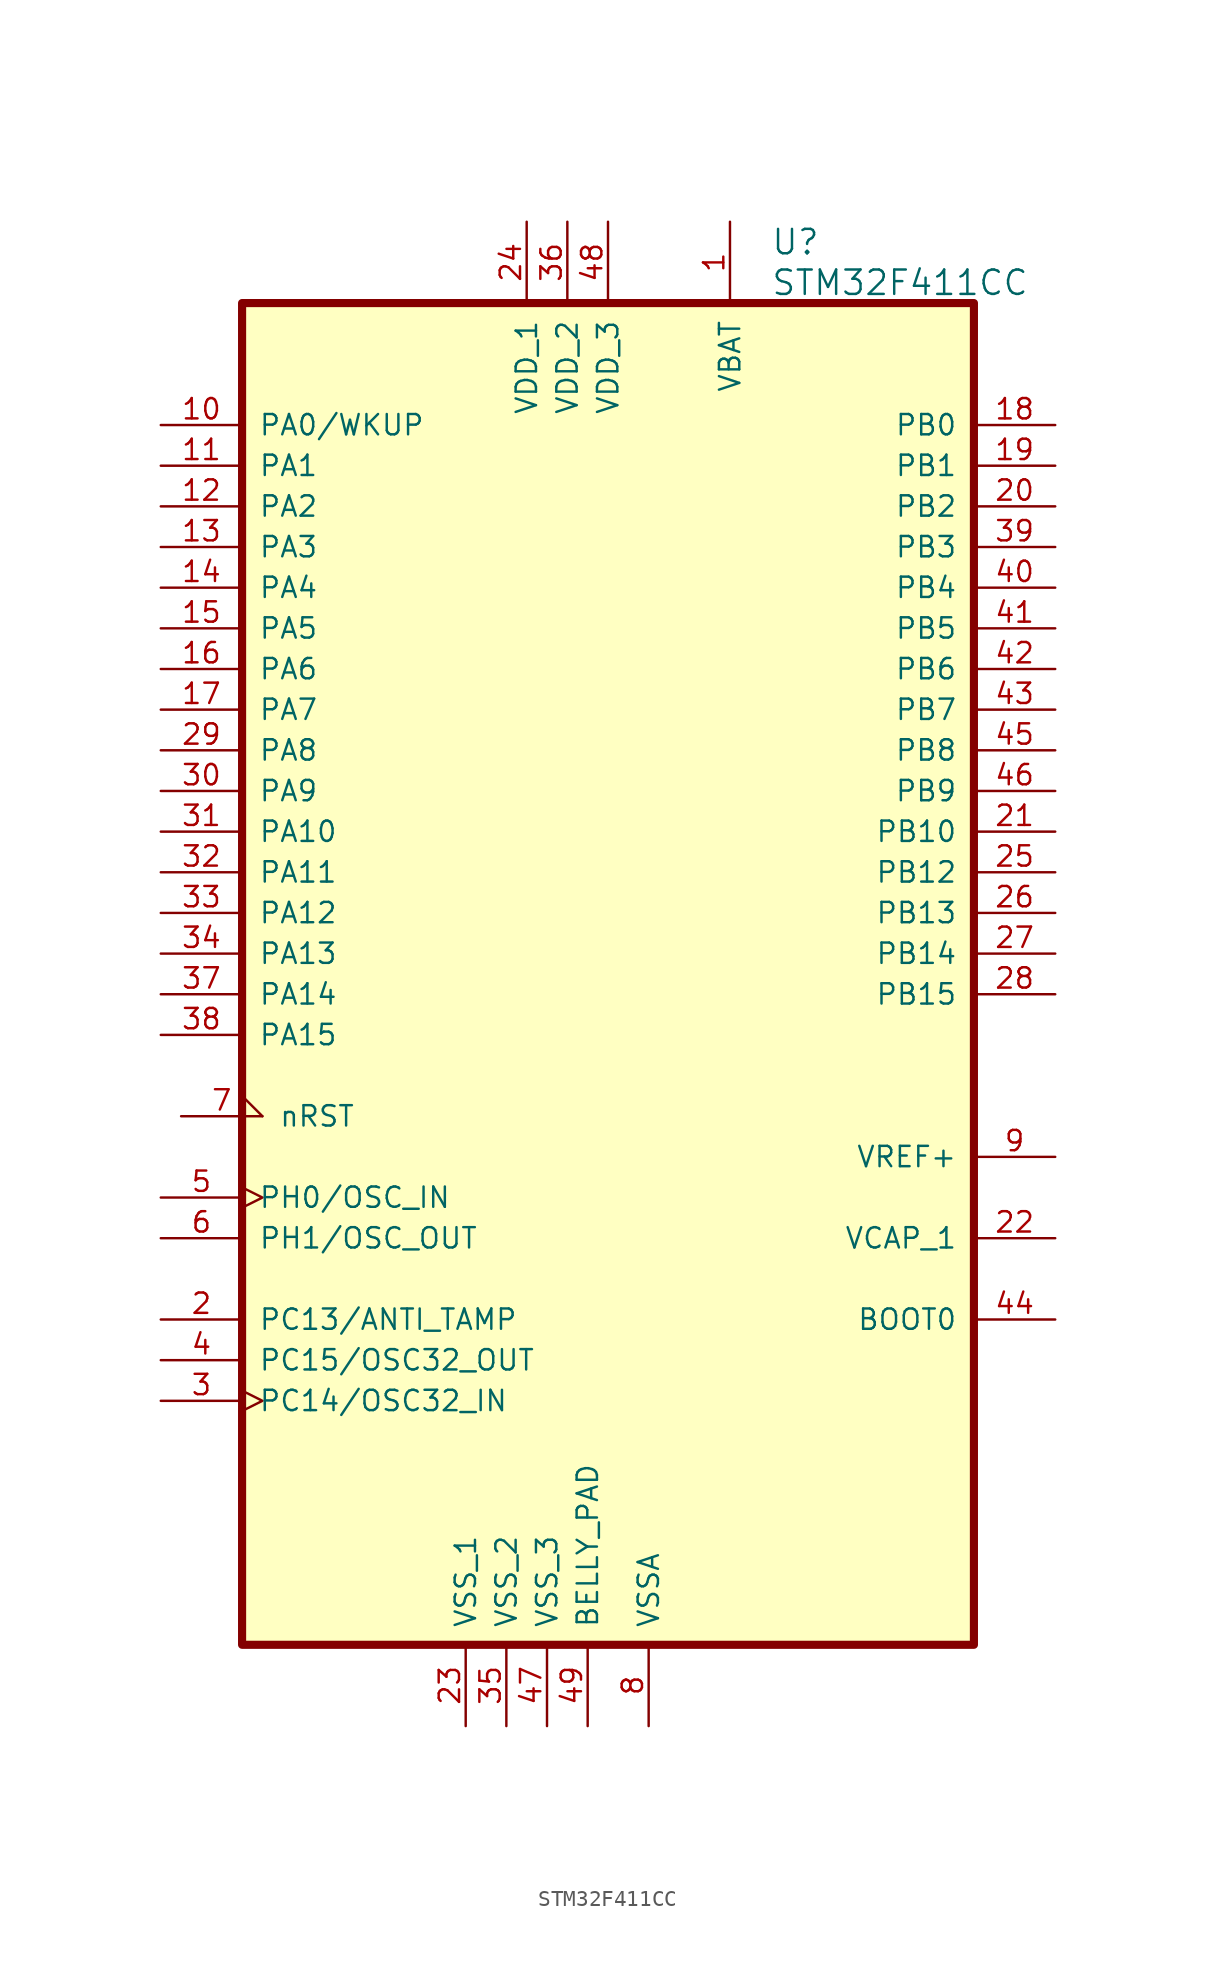
<source format=kicad_sym>
(kicad_symbol_lib
  (version 20220126)
  (generator kicad_symbol_editor)
  (symbol "STM32F411CC"
    (pin_names
      (offset 1.016))
    (property "Reference" "U"
      (at 10.16 44.45 0)
      (effects (font (size 1.524 1.524)) (justify left)))
    (property "Value" "STM32F411CC"
      (at 10.16 41.91 0)
      (effects (font (size 1.524 1.524)) (justify left)))
    (symbol "STM32F411CC_0_0"
      (rectangle (start -22.86 40.64) (end 22.86 -43.18) (stroke (width 0.508) (type default)) (fill (type background))))
    (symbol "STM32F411CC_1_1"
      (pin power_in line (at 7.62 45.72 270) (length 5.08) (name "VBAT" (effects (font (size 1.27 1.27)))) (number "1" (effects (font (size 1.27 1.27)))))
      (pin bidirectional line (at -27.94 33.02 0) (length 5.08) (name "PA0/WKUP" (effects (font (size 1.27 1.27)))) (number "10" (effects (font (size 1.27 1.27)))))
      (pin bidirectional line (at -27.94 30.48 0) (length 5.08) (name "PA1" (effects (font (size 1.27 1.27)))) (number "11" (effects (font (size 1.27 1.27)))))
      (pin bidirectional line (at -27.94 27.94 0) (length 5.08) (name "PA2" (effects (font (size 1.27 1.27)))) (number "12" (effects (font (size 1.27 1.27)))))
      (pin bidirectional line (at -27.94 25.4 0) (length 5.08) (name "PA3" (effects (font (size 1.27 1.27)))) (number "13" (effects (font (size 1.27 1.27)))))
      (pin bidirectional line (at -27.94 22.86 0) (length 5.08) (name "PA4" (effects (font (size 1.27 1.27)))) (number "14" (effects (font (size 1.27 1.27)))))
      (pin bidirectional line (at -27.94 20.32 0) (length 5.08) (name "PA5" (effects (font (size 1.27 1.27)))) (number "15" (effects (font (size 1.27 1.27)))))
      (pin bidirectional line (at -27.94 17.78 0) (length 5.08) (name "PA6" (effects (font (size 1.27 1.27)))) (number "16" (effects (font (size 1.27 1.27)))))
      (pin bidirectional line (at -27.94 15.24 0) (length 5.08) (name "PA7" (effects (font (size 1.27 1.27)))) (number "17" (effects (font (size 1.27 1.27)))))
      (pin bidirectional line (at 27.94 33.02 180) (length 5.08) (name "PB0" (effects (font (size 1.27 1.27)))) (number "18" (effects (font (size 1.27 1.27)))))
      (pin bidirectional line (at 27.94 30.48 180) (length 5.08) (name "PB1" (effects (font (size 1.27 1.27)))) (number "19" (effects (font (size 1.27 1.27)))))
      (pin bidirectional line (at -27.94 -22.86 0) (length 5.08) (name "PC13/ANTI_TAMP" (effects (font (size 1.27 1.27)))) (number "2" (effects (font (size 1.27 1.27)))))
      (pin bidirectional line (at 27.94 27.94 180) (length 5.08) (name "PB2" (effects (font (size 1.27 1.27)))) (number "20" (effects (font (size 1.27 1.27)))))
      (pin bidirectional line (at 27.94 7.62 180) (length 5.08) (name "PB10" (effects (font (size 1.27 1.27)))) (number "21" (effects (font (size 1.27 1.27)))))
      (pin passive line (at 27.94 -17.78 180) (length 5.08) (name "VCAP_1" (effects (font (size 1.27 1.27)))) (number "22" (effects (font (size 1.27 1.27)))))
      (pin power_in line (at -8.89 -48.26 90) (length 5.08) (name "VSS_1" (effects (font (size 1.27 1.27)))) (number "23" (effects (font (size 1.27 1.27)))))
      (pin power_in line (at -5.08 45.72 270) (length 5.08) (name "VDD_1" (effects (font (size 1.27 1.27)))) (number "24" (effects (font (size 1.27 1.27)))))
      (pin bidirectional line (at 27.94 5.08 180) (length 5.08) (name "PB12" (effects (font (size 1.27 1.27)))) (number "25" (effects (font (size 1.27 1.27)))))
      (pin bidirectional line (at 27.94 2.54 180) (length 5.08) (name "PB13" (effects (font (size 1.27 1.27)))) (number "26" (effects (font (size 1.27 1.27)))))
      (pin bidirectional line (at 27.94 0 180) (length 5.08) (name "PB14" (effects (font (size 1.27 1.27)))) (number "27" (effects (font (size 1.27 1.27)))))
      (pin bidirectional line (at 27.94 -2.54 180) (length 5.08) (name "PB15" (effects (font (size 1.27 1.27)))) (number "28" (effects (font (size 1.27 1.27)))))
      (pin bidirectional line (at -27.94 12.7 0) (length 5.08) (name "PA8" (effects (font (size 1.27 1.27)))) (number "29" (effects (font (size 1.27 1.27)))))
      (pin bidirectional clock (at -27.94 -27.94 0) (length 5.08) (name "PC14/OSC32_IN" (effects (font (size 1.27 1.27)))) (number "3" (effects (font (size 1.27 1.27)))))
      (pin bidirectional line (at -27.94 10.16 0) (length 5.08) (name "PA9" (effects (font (size 1.27 1.27)))) (number "30" (effects (font (size 1.27 1.27)))))
      (pin bidirectional line (at -27.94 7.62 0) (length 5.08) (name "PA10" (effects (font (size 1.27 1.27)))) (number "31" (effects (font (size 1.27 1.27)))))
      (pin bidirectional line (at -27.94 5.08 0) (length 5.08) (name "PA11" (effects (font (size 1.27 1.27)))) (number "32" (effects (font (size 1.27 1.27)))))
      (pin bidirectional line (at -27.94 2.54 0) (length 5.08) (name "PA12" (effects (font (size 1.27 1.27)))) (number "33" (effects (font (size 1.27 1.27)))))
      (pin bidirectional line (at -27.94 0 0) (length 5.08) (name "PA13" (effects (font (size 1.27 1.27)))) (number "34" (effects (font (size 1.27 1.27)))))
      (pin power_in line (at -6.35 -48.26 90) (length 5.08) (name "VSS_2" (effects (font (size 1.27 1.27)))) (number "35" (effects (font (size 1.27 1.27)))))
      (pin power_in line (at -2.54 45.72 270) (length 5.08) (name "VDD_2" (effects (font (size 1.27 1.27)))) (number "36" (effects (font (size 1.27 1.27)))))
      (pin bidirectional line (at -27.94 -2.54 0) (length 5.08) (name "PA14" (effects (font (size 1.27 1.27)))) (number "37" (effects (font (size 1.27 1.27)))))
      (pin bidirectional line (at -27.94 -5.08 0) (length 5.08) (name "PA15" (effects (font (size 1.27 1.27)))) (number "38" (effects (font (size 1.27 1.27)))))
      (pin bidirectional line (at 27.94 25.4 180) (length 5.08) (name "PB3" (effects (font (size 1.27 1.27)))) (number "39" (effects (font (size 1.27 1.27)))))
      (pin bidirectional line (at -27.94 -25.4 0) (length 5.08) (name "PC15/OSC32_OUT" (effects (font (size 1.27 1.27)))) (number "4" (effects (font (size 1.27 1.27)))))
      (pin bidirectional line (at 27.94 22.86 180) (length 5.08) (name "PB4" (effects (font (size 1.27 1.27)))) (number "40" (effects (font (size 1.27 1.27)))))
      (pin bidirectional line (at 27.94 20.32 180) (length 5.08) (name "PB5" (effects (font (size 1.27 1.27)))) (number "41" (effects (font (size 1.27 1.27)))))
      (pin bidirectional line (at 27.94 17.78 180) (length 5.08) (name "PB6" (effects (font (size 1.27 1.27)))) (number "42" (effects (font (size 1.27 1.27)))))
      (pin bidirectional line (at 27.94 15.24 180) (length 5.08) (name "PB7" (effects (font (size 1.27 1.27)))) (number "43" (effects (font (size 1.27 1.27)))))
      (pin input line (at 27.94 -22.86 180) (length 5.08) (name "BOOT0" (effects (font (size 1.27 1.27)))) (number "44" (effects (font (size 1.27 1.27)))))
      (pin bidirectional line (at 27.94 12.7 180) (length 5.08) (name "PB8" (effects (font (size 1.27 1.27)))) (number "45" (effects (font (size 1.27 1.27)))))
      (pin bidirectional line (at 27.94 10.16 180) (length 5.08) (name "PB9" (effects (font (size 1.27 1.27)))) (number "46" (effects (font (size 1.27 1.27)))))
      (pin power_in line (at -3.81 -48.26 90) (length 5.08) (name "VSS_3" (effects (font (size 1.27 1.27)))) (number "47" (effects (font (size 1.27 1.27)))))
      (pin power_in line (at 0 45.72 270) (length 5.08) (name "VDD_3" (effects (font (size 1.27 1.27)))) (number "48" (effects (font (size 1.27 1.27)))))
      (pin power_in line (at -1.27 -48.26 90) (length 5.08) (name "BELLY_PAD" (effects (font (size 1.27 1.27)))) (number "49" (effects (font (size 1.27 1.27)))))
      (pin input clock (at -27.94 -15.24 0) (length 5.08) (name "PH0/OSC_IN" (effects (font (size 1.27 1.27)))) (number "5" (effects (font (size 1.27 1.27)))))
      (pin output line (at -27.94 -17.78 0) (length 5.08) (name "PH1/OSC_OUT" (effects (font (size 1.27 1.27)))) (number "6" (effects (font (size 1.27 1.27)))))
      (pin input input_low (at -26.67 -10.16 0) (length 5.08) (name "nRST" (effects (font (size 1.27 1.27)))) (number "7" (effects (font (size 1.27 1.27)))))
      (pin power_in line (at 2.54 -48.26 90) (length 5.08) (name "VSSA" (effects (font (size 1.27 1.27)))) (number "8" (effects (font (size 1.27 1.27)))))
      (pin power_in line (at 27.94 -12.7 180) (length 5.08) (name "VREF+" (effects (font (size 1.27 1.27)))) (number "9" (effects (font (size 1.27 1.27))))))))
</source>
